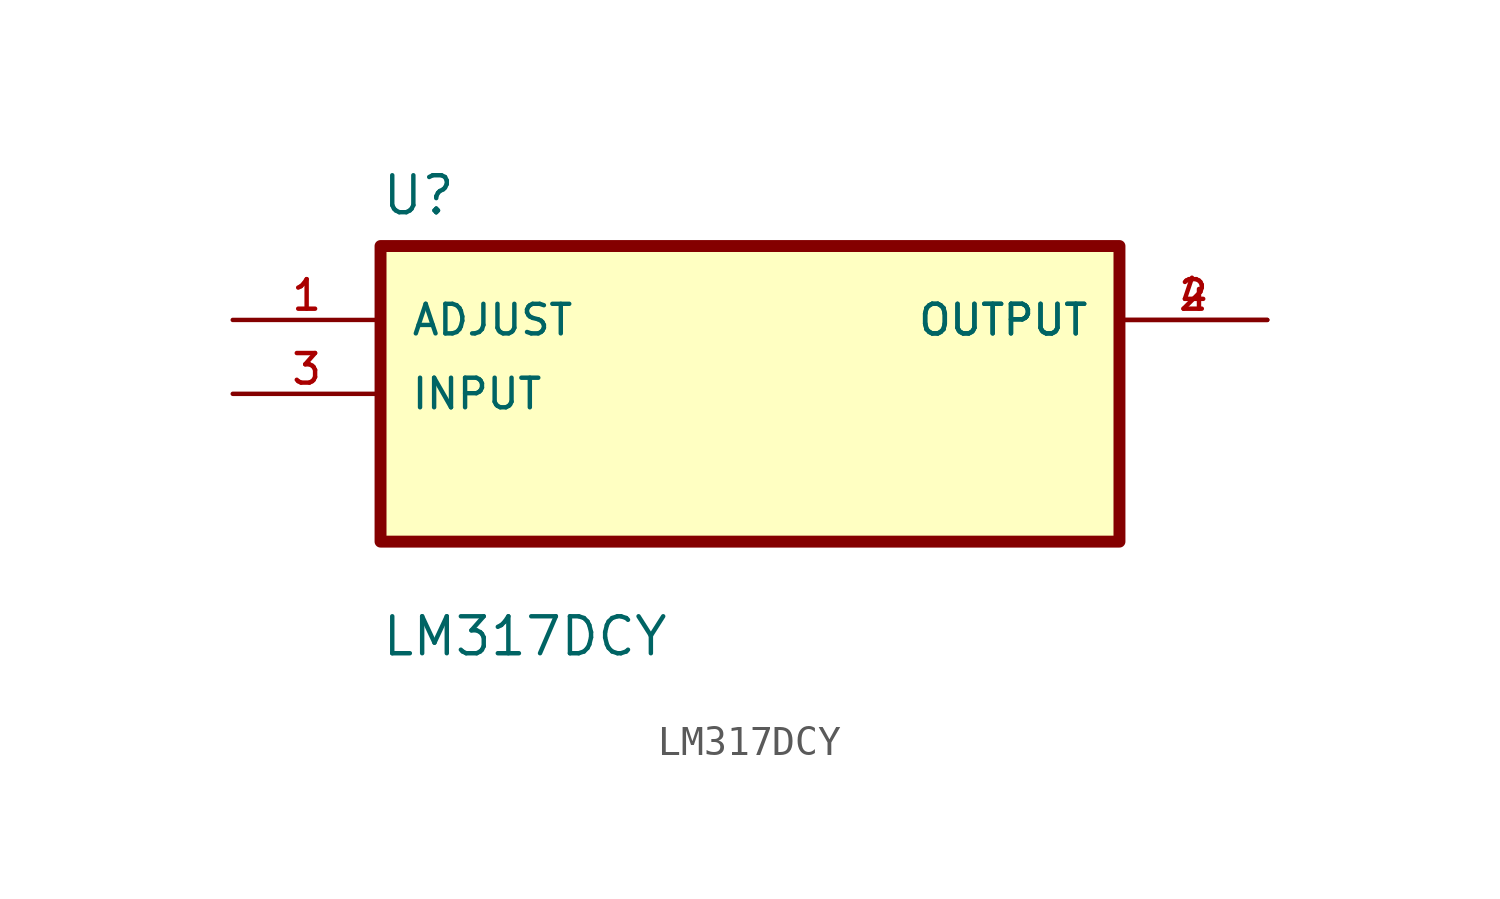
<source format=kicad_sym>
(kicad_symbol_lib
  (version 20211014)
  (generator kicad_symbol_editor)
  (symbol "LM317DCY"
    (pin_names
      (offset 1.016))
    (property "Reference" "U"
      (at -12.7 6.08 0.0)
      (effects (font (size 1.27 1.27)) (justify bottom left)))
    (property "Value" "LM317DCY"
      (at -12.7 -9.08 0.0)
      (effects (font (size 1.27 1.27)) (justify bottom left)))
    (symbol "LM317DCY_0_0"
      (rectangle (start -12.7 -5.08) (end 12.7 5.08) (stroke (width 0.41)) (fill (type background)))
      (pin input line (at -17.78 2.54 0) (length 5.08) (name "ADJUST" (effects (font (size 1.016 1.016)))) (number "1" (effects (font (size 1.016 1.016)))))
      (pin input line (at -17.78 0.0 0) (length 5.08) (name "INPUT" (effects (font (size 1.016 1.016)))) (number "3" (effects (font (size 1.016 1.016)))))
      (pin output line (at 17.78 2.54 180.0) (length 5.08) (name "OUTPUT" (effects (font (size 1.016 1.016)))) (number "2" (effects (font (size 1.016 1.016)))))
      (pin output line (at 17.78 2.54 180.0) (length 5.08) (name "OUTPUT" (effects (font (size 1.016 1.016)))) (number "4" (effects (font (size 1.016 1.016))))))))
</source>
